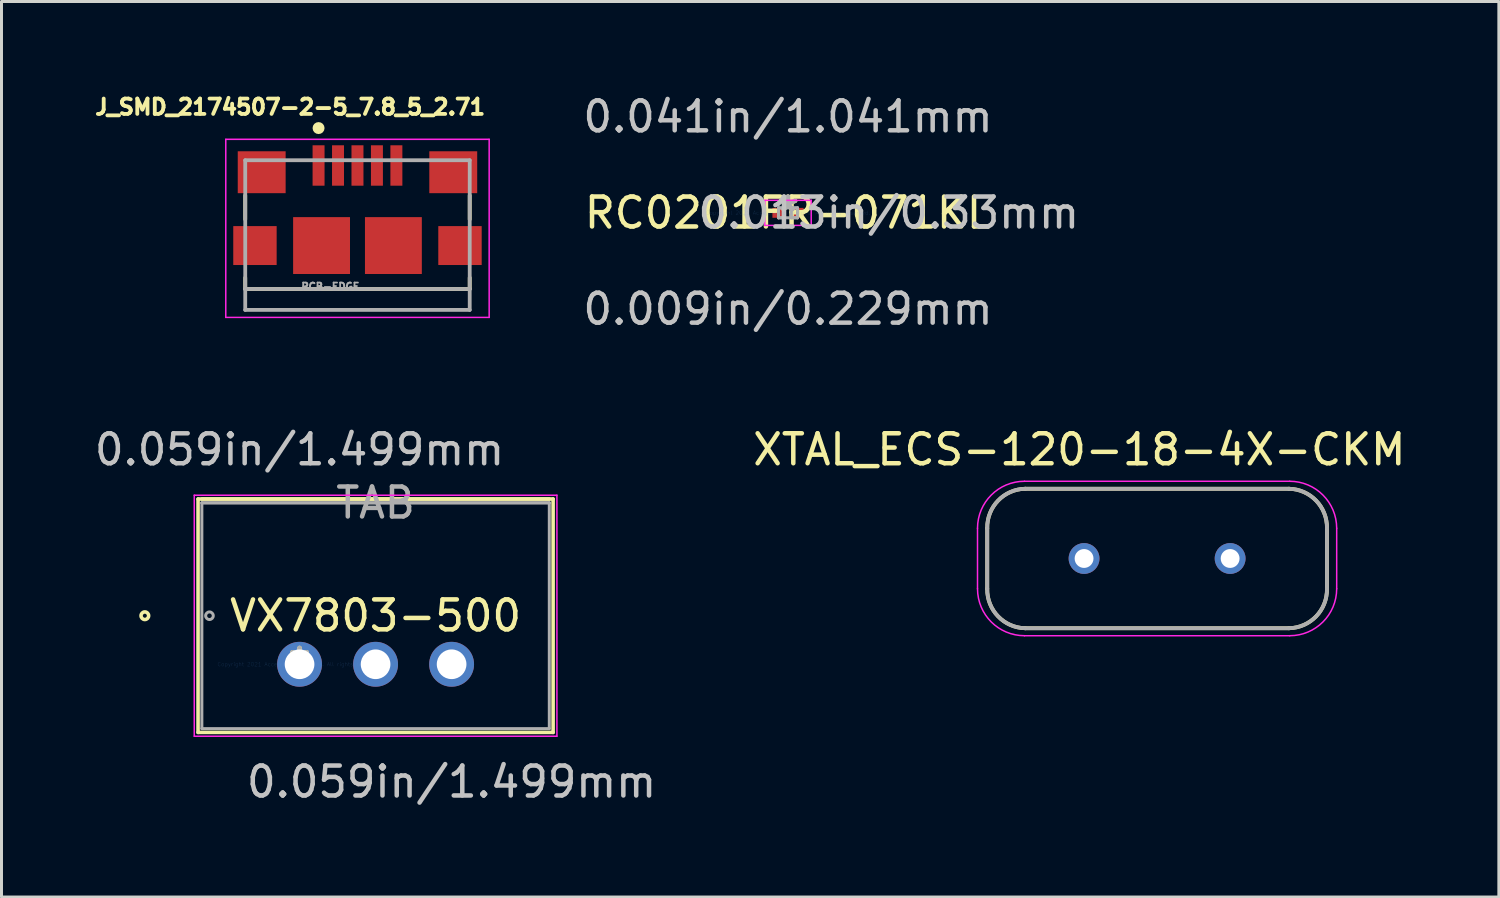
<source format=kicad_pcb>
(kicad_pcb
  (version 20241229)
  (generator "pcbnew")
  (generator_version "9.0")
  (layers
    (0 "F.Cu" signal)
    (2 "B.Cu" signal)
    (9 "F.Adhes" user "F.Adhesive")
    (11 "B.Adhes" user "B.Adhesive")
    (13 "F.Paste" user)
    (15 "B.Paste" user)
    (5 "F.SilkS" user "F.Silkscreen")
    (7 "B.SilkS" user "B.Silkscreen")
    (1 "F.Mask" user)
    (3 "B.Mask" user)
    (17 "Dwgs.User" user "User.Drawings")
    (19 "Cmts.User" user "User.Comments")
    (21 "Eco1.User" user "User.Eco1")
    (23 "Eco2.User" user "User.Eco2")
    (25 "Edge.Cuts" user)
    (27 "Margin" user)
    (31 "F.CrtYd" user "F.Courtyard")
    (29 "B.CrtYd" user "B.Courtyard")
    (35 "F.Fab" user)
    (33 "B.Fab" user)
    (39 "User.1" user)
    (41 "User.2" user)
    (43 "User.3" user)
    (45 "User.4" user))
  (footprint "J_SMD_2174507-2-5_7.8_5_2.71"
    (layer "F.Cu")
    (at 8.893 5.154)
    (property "Reference" "J_SMD_2174507-2-5_7.8_5_2.71" (at -2.249 -4.629 0) (layer "F.SilkS") (effects (font (size 0.512 0.512) (thickness 0.15))))
    (attr through_hole)
    (fp_line (start -3.75 -1.675) (end -3.75 -0.875) (stroke (width 0.127) (type solid)) (layer "F.SilkS"))
    (fp_line (start -3.75 1.075) (end -3.75 1.45) (stroke (width 0.127) (type solid)) (layer "F.SilkS"))
    (fp_line (start 3.75 -1.675) (end 3.75 -0.875) (stroke (width 0.127) (type solid)) (layer "F.SilkS"))
    (fp_line (start 3.75 1.075) (end 3.75 1.45) (stroke (width 0.127) (type solid)) (layer "F.SilkS"))
    (fp_line (start 3.75 1.45) (end -3.75 1.45) (stroke (width 0.127) (type solid)) (layer "F.SilkS"))
    (fp_circle (center -1.3 -3.925) (end -1.2 -3.925) (stroke (width 0.2) (type solid)) (fill no) (layer "F.SilkS"))
    (fp_line (start -4.4 -3.55) (end -4.4 2.4) (stroke (width 0.05) (type solid)) (layer "F.CrtYd"))
    (fp_line (start -4.4 -3.55) (end 4.4 -3.55) (stroke (width 0.05) (type solid)) (layer "F.CrtYd"))
    (fp_line (start 4.4 -3.55) (end 4.4 2.4) (stroke (width 0.05) (type solid)) (layer "F.CrtYd"))
    (fp_line (start 4.4 2.4) (end -4.4 2.4) (stroke (width 0.05) (type solid)) (layer "F.CrtYd"))
    (fp_line (start -3.75 -2.85) (end 3.75 -2.85) (stroke (width 0.127) (type solid)) (layer "F.Fab"))
    (fp_line (start -3.75 1.45) (end -3.75 -2.85) (stroke (width 0.127) (type solid)) (layer "F.Fab"))
    (fp_line (start -3.75 2.15) (end -3.75 1.45) (stroke (width 0.127) (type solid)) (layer "F.Fab"))
    (fp_line (start 3.75 1.45) (end -3.75 1.45) (stroke (width 0.127) (type solid)) (layer "F.Fab"))
    (fp_line (start 3.75 1.45) (end 3.75 -2.85) (stroke (width 0.127) (type solid)) (layer "F.Fab"))
    (fp_line (start 3.75 2.15) (end -3.75 2.15) (stroke (width 0.127) (type solid)) (layer "F.Fab"))
    (fp_line (start 3.75 2.15) (end 3.75 1.45) (stroke (width 0.127) (type solid)) (layer "F.Fab"))
    (fp_text user "PCB-EDGE" (at -0.905 1.369 0) (layer "F.Fab") (effects (font (size 0.24 0.24) (thickness 0.15))))
    (pad "1" smd rect (at -1.3 -2.675) (size 0.4 1.35) (layers "F.Cu" "F.Mask" "F.Paste"))
    (pad "2" smd rect (at -0.65 -2.675) (size 0.4 1.35) (layers "F.Cu" "F.Mask" "F.Paste"))
    (pad "3" smd rect (at 0 -2.675) (size 0.4 1.35) (layers "F.Cu" "F.Mask" "F.Paste"))
    (pad "4" smd rect (at 0.65 -2.675) (size 0.4 1.35) (layers "F.Cu" "F.Mask" "F.Paste"))
    (pad "5" smd rect (at 1.3 -2.675) (size 0.4 1.35) (layers "F.Cu" "F.Mask" "F.Paste"))
    (pad "S1" smd rect (at -3.2 -2.45) (size 1.6 1.4) (layers "F.Cu" "F.Mask" "F.Paste"))
    (pad "S2" smd rect (at -3.425 0) (size 1.45 1.3) (layers "F.Cu" "F.Mask" "F.Paste"))
    (pad "S3" smd rect (at -1.2 0) (size 1.9 1.9) (layers "F.Cu" "F.Mask" "F.Paste"))
    (pad "S4" smd rect (at 1.2 0) (size 1.9 1.9) (layers "F.Cu" "F.Mask" "F.Paste"))
    (pad "S5" smd rect (at 3.425 0) (size 1.45 1.3) (layers "F.Cu" "F.Mask" "F.Paste"))
    (pad "S6" smd rect (at 3.2 -2.45) (size 1.6 1.4) (layers "F.Cu" "F.Mask" "F.Paste")))
  (footprint "VX7803-500"
    (layer "F.Cu")
    (at 6.958 19.143)
    (property "Reference" "VX7803-500" (at 2.54 -1.622 0) (layer "F.SilkS") (effects (font (size 1 1) (thickness 0.15))))
    (attr through_hole)
    (fp_line (start -3.391 -5.521) (end -3.391 2.277) (stroke (width 0.12) (type solid)) (layer "F.SilkS"))
    (fp_line (start -3.391 2.277) (end 8.471 2.277) (stroke (width 0.12) (type solid)) (layer "F.SilkS"))
    (fp_line (start -3.264 -5.521) (end 8.344 -5.521) (stroke (width 0.12) (type solid)) (layer "F.SilkS"))
    (fp_line (start 8.471 -5.521) (end -3.391 -5.521) (stroke (width 0.12) (type solid)) (layer "F.SilkS"))
    (fp_line (start 8.471 2.277) (end 8.471 -5.521) (stroke (width 0.12) (type solid)) (layer "F.SilkS"))
    (fp_circle (center -5.169 -1.622) (end -5.042 -1.622) (stroke (width 0.12) (type solid)) (fill no) (layer "F.SilkS"))
    (fp_line (start -3.518 -5.648) (end -3.518 2.404) (stroke (width 0.05) (type solid)) (layer "F.CrtYd"))
    (fp_line (start -3.518 2.404) (end 8.598 2.404) (stroke (width 0.05) (type solid)) (layer "F.CrtYd"))
    (fp_line (start 8.598 -5.648) (end -3.518 -5.648) (stroke (width 0.05) (type solid)) (layer "F.CrtYd"))
    (fp_line (start 8.598 2.404) (end 8.598 -5.648) (stroke (width 0.05) (type solid)) (layer "F.CrtYd"))
    (fp_line (start -3.264 -5.394) (end -3.264 2.15) (stroke (width 0.1) (type solid)) (layer "F.Fab"))
    (fp_line (start -3.264 -5.394) (end 8.344 -5.394) (stroke (width 0.1) (type solid)) (layer "F.Fab"))
    (fp_line (start -3.264 2.15) (end 8.344 2.15) (stroke (width 0.1) (type solid)) (layer "F.Fab"))
    (fp_line (start -0.254 0) (end 0.254 0) (stroke (width 0.1) (type solid)) (layer "F.Fab"))
    (fp_line (start 0 0.254) (end 0 -0.254) (stroke (width 0.1) (type solid)) (layer "F.Fab"))
    (fp_line (start 8.344 -5.394) (end -3.264 -5.394) (stroke (width 0.1) (type solid)) (layer "F.Fab"))
    (fp_line (start 8.344 2.15) (end 8.344 -5.394) (stroke (width 0.1) (type solid)) (layer "F.Fab"))
    (fp_circle (center -3.01 -1.622) (end -2.883 -1.622) (stroke (width 0.1) (type solid)) (fill no) (layer "F.Fab"))
    (fp_text user "*" (at 0 0 0) (layer "F.SilkS") (effects (font (size 1 1) (thickness 0.15))))
    (fp_text user "0.059in/1.499mm" (at 5.08 3.928 0) (layer "Dwgs.User") (effects (font (size 1 1) (thickness 0.15))))
    (fp_text user "0.059in/1.499mm" (at 0 -7.172 0) (layer "Dwgs.User") (effects (font (size 1 1) (thickness 0.15))))
    (fp_text user "Copyright 2021 Accelerated Designs. All rights reserved." (at 0 0 0) (layer "Cmts.User") (effects (font (size 0.127 0.127) (thickness 0.002))))
    (fp_text user "*" (at 0 0 0) (layer "F.Fab") (effects (font (size 1 1) (thickness 0.15))))
    (fp_text user "TAB" (at 2.54 -5.394 0) (layer "F.Fab") (effects (font (size 1 1) (thickness 0.15))))
    (pad "1" thru_hole circle (at 0 0) (size 1.499 1.499) (drill 0.991) (layers "*.Cu" "*.Mask"))
    (pad "2" thru_hole circle (at 2.54 0) (size 1.499 1.499) (drill 0.991) (layers "*.Cu" "*.Mask"))
    (pad "3" thru_hole circle (at 5.08 0) (size 1.499 1.499) (drill 0.991) (layers "*.Cu" "*.Mask")))
  (footprint "XTAL_ECS-120-18-4X-CKM"
    (layer "F.Cu")
    (at 35.608 15.609)
    (property "Reference" "XTAL_ECS-120-18-4X-CKM" (at -2.597 -3.638 0) (layer "F.SilkS") (effects (font (size 1.001 1.001) (thickness 0.15))))
    (attr through_hole)
    (fp_line (start -5.675 1.01) (end -5.675 -1.01) (stroke (width 0.127) (type solid)) (layer "F.SilkS"))
    (fp_line (start -4.405 -2.33) (end 4.405 -2.33) (stroke (width 0.127) (type solid)) (layer "F.SilkS"))
    (fp_line (start 4.405 2.33) (end -4.405 2.33) (stroke (width 0.127) (type solid)) (layer "F.SilkS"))
    (fp_line (start 5.675 -1.01) (end 5.675 1.01) (stroke (width 0.127) (type solid)) (layer "F.SilkS"))
    (fp_arc (start -5.675 -1.01) (mid -5.313381 -1.933026) (end -4.405 -2.33) (stroke (width 0.127) (type solid)) (layer "F.SilkS"))
    (fp_arc (start -4.405 2.33) (mid -5.313381 1.933026) (end -5.675 1.01) (stroke (width 0.127) (type solid)) (layer "F.SilkS"))
    (fp_arc (start 4.405 -2.33) (mid 5.313381 -1.933026) (end 5.675 -1.01) (stroke (width 0.127) (type solid)) (layer "F.SilkS"))
    (fp_arc (start 5.675 1.01) (mid 5.313381 1.933026) (end 4.405 2.33) (stroke (width 0.127) (type solid)) (layer "F.SilkS"))
    (fp_line (start -6 1.01) (end -6 -1.01) (stroke (width 0.05) (type solid)) (layer "F.CrtYd"))
    (fp_line (start -4.43 -2.58) (end 4.43 -2.58) (stroke (width 0.05) (type solid)) (layer "F.CrtYd"))
    (fp_line (start 4.43 2.58) (end -4.43 2.58) (stroke (width 0.05) (type solid)) (layer "F.CrtYd"))
    (fp_line (start 6 -1.01) (end 6 1.01) (stroke (width 0.05) (type solid)) (layer "F.CrtYd"))
    (fp_arc (start -6 -1.01) (mid -5.540158 -2.120158) (end -4.43 -2.58) (stroke (width 0.05) (type solid)) (layer "F.CrtYd"))
    (fp_arc (start -4.43 2.58) (mid -5.540158 2.120158) (end -6 1.01) (stroke (width 0.05) (type solid)) (layer "F.CrtYd"))
    (fp_arc (start 4.43 -2.58) (mid 5.540158 -2.120158) (end 6 -1.01) (stroke (width 0.05) (type solid)) (layer "F.CrtYd"))
    (fp_arc (start 6 1.01) (mid 5.540158 2.120158) (end 4.43 2.58) (stroke (width 0.05) (type solid)) (layer "F.CrtYd"))
    (fp_line (start -5.675 1.01) (end -5.675 -1.01) (stroke (width 0.127) (type solid)) (layer "F.Fab"))
    (fp_line (start -4.405 -2.33) (end 4.405 -2.33) (stroke (width 0.127) (type solid)) (layer "F.Fab"))
    (fp_line (start 4.405 2.33) (end -4.405 2.33) (stroke (width 0.127) (type solid)) (layer "F.Fab"))
    (fp_line (start 5.675 -1.01) (end 5.675 1.01) (stroke (width 0.127) (type solid)) (layer "F.Fab"))
    (fp_arc (start -5.675 -1.01) (mid -5.313381 -1.933026) (end -4.405 -2.33) (stroke (width 0.127) (type solid)) (layer "F.Fab"))
    (fp_arc (start -4.405 2.33) (mid -5.313381 1.933026) (end -5.675 1.01) (stroke (width 0.127) (type solid)) (layer "F.Fab"))
    (fp_arc (start 4.405 -2.33) (mid 5.313381 -1.933026) (end 5.675 -1.01) (stroke (width 0.127) (type solid)) (layer "F.Fab"))
    (fp_arc (start 5.675 1.01) (mid 5.313381 1.933026) (end 4.405 2.33) (stroke (width 0.127) (type solid)) (layer "F.Fab"))
    (pad "1" thru_hole circle (at -2.44 0) (size 1.03 1.03) (drill 0.63) (layers "*.Cu" "*.Mask"))
    (pad "2" thru_hole circle (at 2.44 0) (size 1.03 1.03) (drill 0.63) (layers "*.Cu" "*.Mask")))
  (footprint "RC0201FR-071KL"
    (layer "F.Cu")
    (at 23.277 4.061)
    (property "Reference" "RC0201FR-071KL" (at 0 0 0) (layer "F.SilkS") (effects (font (size 1 1) (thickness 0.15))))
    (attr through_hole)
    (fp_line (start -0.775 -0.419) (end 0.775 -0.419) (stroke (width 0.05) (type solid)) (layer "F.CrtYd"))
    (fp_line (start -0.775 0.419) (end -0.775 -0.419) (stroke (width 0.05) (type solid)) (layer "F.CrtYd"))
    (fp_line (start 0.775 -0.419) (end 0.775 0.419) (stroke (width 0.05) (type solid)) (layer "F.CrtYd"))
    (fp_line (start 0.775 0.419) (end -0.775 0.419) (stroke (width 0.05) (type solid)) (layer "F.CrtYd"))
    (fp_line (start -0.318 -0.165) (end -0.318 0.165) (stroke (width 0.1) (type solid)) (layer "F.Fab"))
    (fp_line (start -0.318 -0.165) (end -0.318 0.165) (stroke (width 0.1) (type solid)) (layer "F.Fab"))
    (fp_line (start -0.318 0.165) (end -0.114 0.165) (stroke (width 0.1) (type solid)) (layer "F.Fab"))
    (fp_line (start -0.318 0.165) (end 0.318 0.165) (stroke (width 0.1) (type solid)) (layer "F.Fab"))
    (fp_line (start -0.114 -0.165) (end -0.318 -0.165) (stroke (width 0.1) (type solid)) (layer "F.Fab"))
    (fp_line (start -0.114 0.165) (end -0.114 -0.165) (stroke (width 0.1) (type solid)) (layer "F.Fab"))
    (fp_line (start 0.114 -0.165) (end 0.114 0.165) (stroke (width 0.1) (type solid)) (layer "F.Fab"))
    (fp_line (start 0.114 0.165) (end 0.318 0.165) (stroke (width 0.1) (type solid)) (layer "F.Fab"))
    (fp_line (start 0.318 -0.165) (end -0.318 -0.165) (stroke (width 0.1) (type solid)) (layer "F.Fab"))
    (fp_line (start 0.318 -0.165) (end 0.114 -0.165) (stroke (width 0.1) (type solid)) (layer "F.Fab"))
    (fp_line (start 0.318 0.165) (end 0.318 -0.165) (stroke (width 0.1) (type solid)) (layer "F.Fab"))
    (fp_line (start 0.318 0.165) (end 0.318 -0.165) (stroke (width 0.1) (type solid)) (layer "F.Fab"))
    (fp_text user "*" (at 0 0 0) (layer "F.SilkS") (effects (font (size 1 1) (thickness 0.15))))
    (fp_text user "0.013in/0.33mm" (at 3.365 0 0) (layer "Dwgs.User") (effects (font (size 1 1) (thickness 0.15))))
    (fp_text user "0.009in/0.229mm" (at 0 3.213 0) (layer "Dwgs.User") (effects (font (size 1 1) (thickness 0.15))))
    (fp_text user "0.041in/1.041mm" (at 0 -3.213 0) (layer "Dwgs.User") (effects (font (size 1 1) (thickness 0.15))))
    (fp_text user "Copyright 2021 Accelerated Designs. All rights reserved." (at 0 0 0) (layer "Cmts.User") (effects (font (size 0.127 0.127) (thickness 0.002))))
    (fp_text user "*" (at 0 0 0) (layer "F.Fab") (effects (font (size 1 1) (thickness 0.15))))
    (pad "1" smd rect (at -0.318 0) (size 0.406 0.33) (layers "F.Cu" "F.Mask" "F.Paste"))
    (pad "2" smd rect (at 0.318 0) (size 0.406 0.33) (layers "F.Cu" "F.Mask" "F.Paste")))
  (gr_rect
    (start -3 -3)
    (end 47.026 26.919)
    (stroke (width 0.1) (type default))
    (fill no)
    (layer "Edge.Cuts")))
</source>
